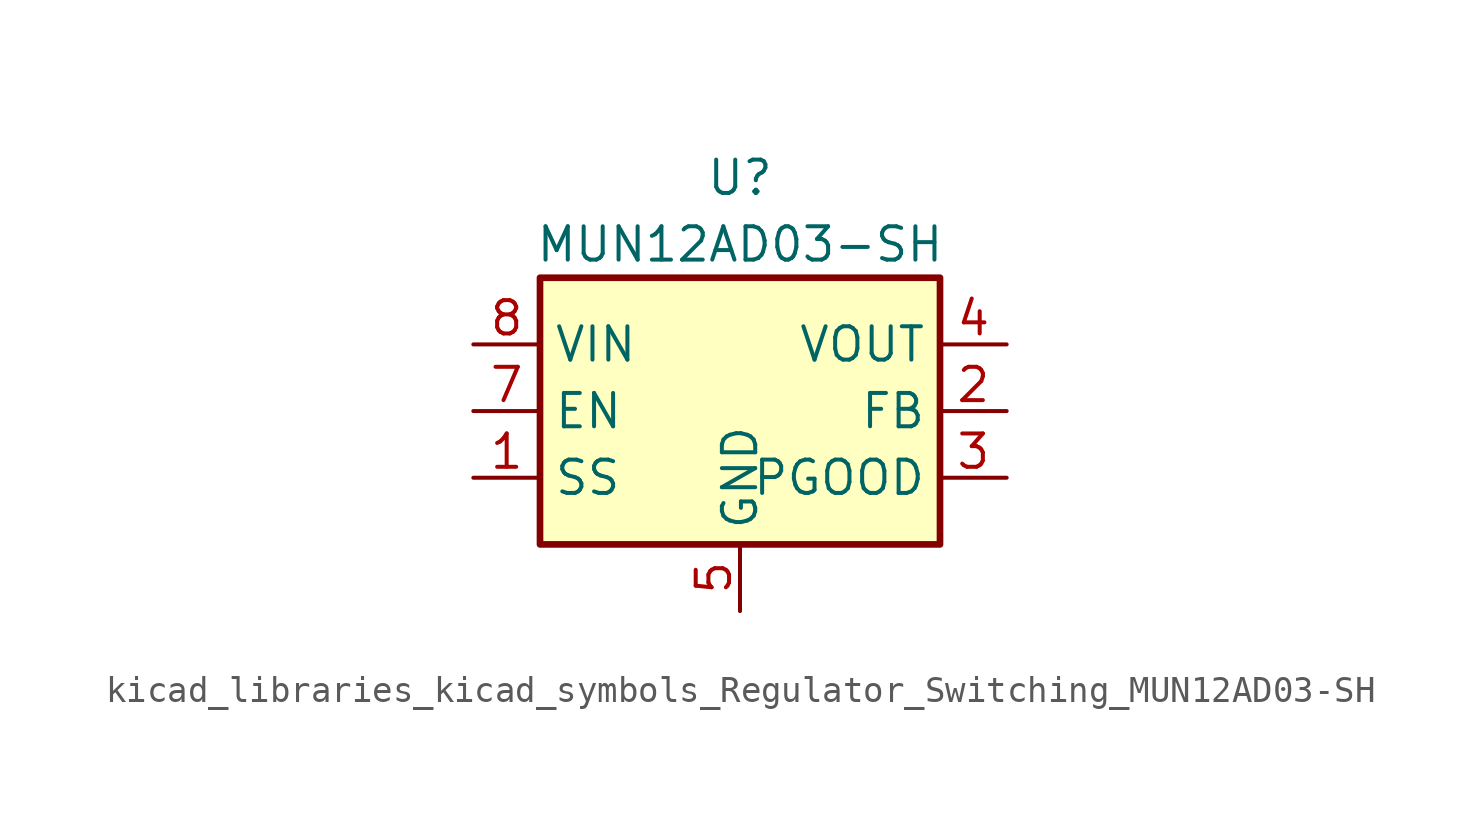
<source format=kicad_sym>
(kicad_symbol_lib
  (version 20220914)
  (generator kicad_symbol_editor)
  (symbol "kicad_libraries_kicad_symbols_Regulator_Switching_MUN12AD03-SH"
    (property "Reference" "U"
      (at 0 8.89 0)
      (effects (font (size 1.27 1.27))))
    (property "Value" "MUN12AD03-SH"
      (at 0 6.35 0)
      (effects (font (size 1.27 1.27))))
    (symbol "kicad_libraries_kicad_symbols_Regulator_Switching_MUN12AD03-SH_0_1"
      (rectangle (start -7.62 5.08) (end 7.62 -5.08) (stroke (width 0.254) (type default)) (fill (type background))))
    (symbol "kicad_libraries_kicad_symbols_Regulator_Switching_MUN12AD03-SH_1_1"
      (pin input line (at -10.16 -2.54 0) (length 2.54) (name "SS" (effects (font (size 1.27 1.27)))) (number "1" (effects (font (size 1.27 1.27)))))
      (pin passive line (at 0 -7.62 90) (length 2.54) hide (name "GND" (effects (font (size 1.27 1.27)))) (number "10" (effects (font (size 1.27 1.27)))))
      (pin passive line (at 0 -7.62 90) (length 2.54) hide (name "GND" (effects (font (size 1.27 1.27)))) (number "11" (effects (font (size 1.27 1.27)))))
      (pin input line (at 10.16 0 180) (length 2.54) (name "FB" (effects (font (size 1.27 1.27)))) (number "2" (effects (font (size 1.27 1.27)))))
      (pin open_collector line (at 10.16 -2.54 180) (length 2.54) (name "PGOOD" (effects (font (size 1.27 1.27)))) (number "3" (effects (font (size 1.27 1.27)))))
      (pin power_out line (at 10.16 2.54 180) (length 2.54) (name "VOUT" (effects (font (size 1.27 1.27)))) (number "4" (effects (font (size 1.27 1.27)))))
      (pin power_in line (at 0 -7.62 90) (length 2.54) (name "GND" (effects (font (size 1.27 1.27)))) (number "5" (effects (font (size 1.27 1.27)))))
      (pin no_connect line (at -2.54 -5.08 90) (length 2.54) hide (name "NC" (effects (font (size 1.27 1.27)))) (number "6" (effects (font (size 1.27 1.27)))))
      (pin input line (at -10.16 0 0) (length 2.54) (name "EN" (effects (font (size 1.27 1.27)))) (number "7" (effects (font (size 1.27 1.27)))))
      (pin power_in line (at -10.16 2.54 0) (length 2.54) (name "VIN" (effects (font (size 1.27 1.27)))) (number "8" (effects (font (size 1.27 1.27)))))
      (pin passive line (at 10.16 2.54 180) (length 2.54) hide (name "VOUT" (effects (font (size 1.27 1.27)))) (number "9" (effects (font (size 1.27 1.27))))))))
</source>
